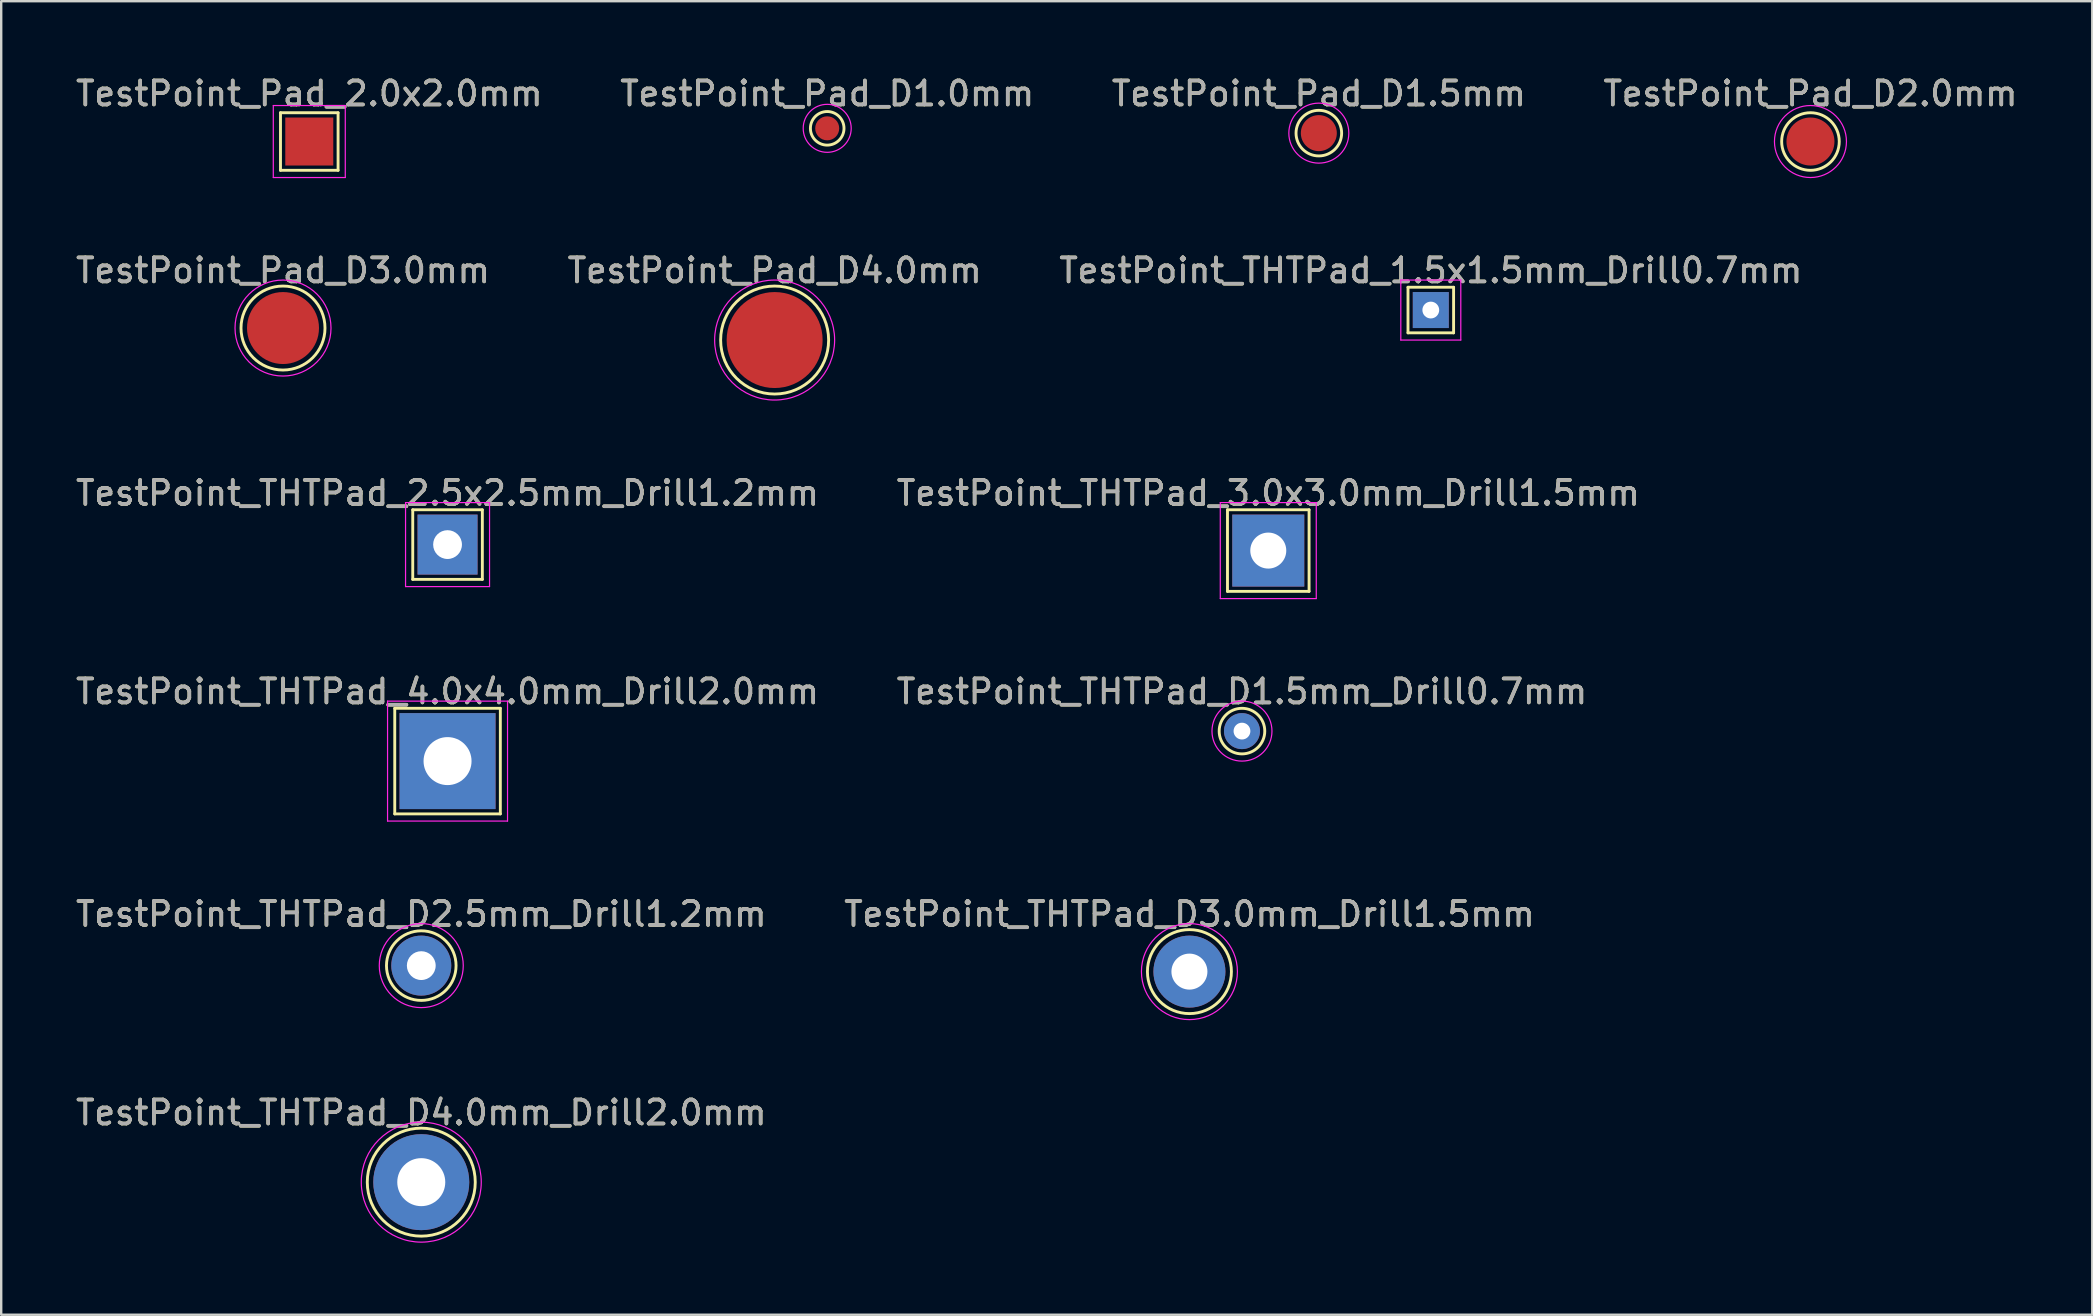
<source format=kicad_pcb>
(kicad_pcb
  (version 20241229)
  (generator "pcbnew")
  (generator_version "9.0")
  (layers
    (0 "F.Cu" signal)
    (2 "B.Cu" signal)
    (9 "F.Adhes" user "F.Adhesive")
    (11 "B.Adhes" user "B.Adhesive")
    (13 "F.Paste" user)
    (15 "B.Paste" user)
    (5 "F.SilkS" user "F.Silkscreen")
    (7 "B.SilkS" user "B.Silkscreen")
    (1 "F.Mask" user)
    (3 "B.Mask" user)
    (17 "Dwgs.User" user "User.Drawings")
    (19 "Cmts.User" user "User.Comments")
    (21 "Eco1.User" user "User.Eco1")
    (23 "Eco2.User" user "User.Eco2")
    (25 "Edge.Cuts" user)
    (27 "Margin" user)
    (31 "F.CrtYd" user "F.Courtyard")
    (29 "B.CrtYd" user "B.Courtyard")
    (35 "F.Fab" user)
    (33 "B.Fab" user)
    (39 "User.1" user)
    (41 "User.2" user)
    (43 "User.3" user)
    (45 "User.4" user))
  (footprint "TestPoint_THTPad_D1.5mm_Drill0.7mm"
    (layer "F.Cu")
    (at 48.708 27.418)
    (property "Reference" "TestPoint_THTPad_D1.5mm_Drill0.7mm" (at 0 -1.648 0) (layer "F.SilkS") (effects (font (size 1 1) (thickness 0.15))))
    (attr exclude_from_pos_files exclude_from_bom)
    (fp_circle (center 0 0) (end 0 0.95) (stroke (width 0.12) (type solid)) (fill no) (layer "F.SilkS"))
    (fp_circle (center 0 0) (end 1.25 0) (stroke (width 0.05) (type solid)) (fill no) (layer "F.CrtYd"))
    (fp_text user "${REFERENCE}" (at 0 -1.65 0) (layer "F.Fab") (effects (font (size 1 1) (thickness 0.15))))
    (pad "1" thru_hole circle (at 0 0) (size 1.5 1.5) (drill 0.7) (layers "*.Cu" "*.Mask")))
  (footprint "TestPoint_Pad_D1.5mm"
    (layer "F.Cu")
    (at 51.911 2.498)
    (property "Reference" "TestPoint_Pad_D1.5mm" (at 0 -1.648 0) (layer "F.SilkS") (effects (font (size 1 1) (thickness 0.15))))
    (attr exclude_from_pos_files exclude_from_bom)
    (fp_circle (center 0 0) (end 0 0.95) (stroke (width 0.12) (type solid)) (fill no) (layer "F.SilkS"))
    (fp_circle (center 0 0) (end 1.25 0) (stroke (width 0.05) (type solid)) (fill no) (layer "F.CrtYd"))
    (fp_text user "${REFERENCE}" (at 0 -1.65 0) (layer "F.Fab") (effects (font (size 1 1) (thickness 0.15))))
    (pad "1" smd circle (at 0 0) (size 1.5 1.5) (layers "F.Cu" "F.Mask")))
  (footprint "TestPoint_Pad_D1.0mm"
    (layer "F.Cu")
    (at 31.423 2.298)
    (property "Reference" "TestPoint_Pad_D1.0mm" (at 0 -1.448 0) (layer "F.SilkS") (effects (font (size 1 1) (thickness 0.15))))
    (attr exclude_from_pos_files exclude_from_bom)
    (fp_circle (center 0 0) (end 0 0.7) (stroke (width 0.12) (type solid)) (fill no) (layer "F.SilkS"))
    (fp_circle (center 0 0) (end 1 0) (stroke (width 0.05) (type solid)) (fill no) (layer "F.CrtYd"))
    (fp_text user "${REFERENCE}" (at 0 -1.45 0) (layer "F.Fab") (effects (font (size 1 1) (thickness 0.15))))
    (pad "1" smd circle (at 0 0) (size 1 1) (layers "F.Cu" "F.Mask")))
  (footprint "TestPoint_Pad_D4.0mm"
    (layer "F.Cu")
    (at 29.232 11.121)
    (property "Reference" "TestPoint_Pad_D4.0mm" (at 0 -2.898 0) (layer "F.SilkS") (effects (font (size 1 1) (thickness 0.15))))
    (attr exclude_from_pos_files exclude_from_bom)
    (fp_circle (center 0 0) (end 0 2.25) (stroke (width 0.12) (type solid)) (fill no) (layer "F.SilkS"))
    (fp_circle (center 0 0) (end 2.5 0) (stroke (width 0.05) (type solid)) (fill no) (layer "F.CrtYd"))
    (fp_text user "${REFERENCE}" (at 0 -2.9 0) (layer "F.Fab") (effects (font (size 1 1) (thickness 0.15))))
    (pad "1" smd circle (at 0 0) (size 4 4) (layers "F.Cu" "F.Mask")))
  (footprint "TestPoint_THTPad_4.0x4.0mm_Drill2.0mm"
    (layer "F.Cu")
    (at 15.601 28.668)
    (property "Reference" "TestPoint_THTPad_4.0x4.0mm_Drill2.0mm" (at 0 -2.898 0) (layer "F.SilkS") (effects (font (size 1 1) (thickness 0.15))))
    (attr exclude_from_pos_files exclude_from_bom)
    (fp_line (start -2.2 -2.2) (end 2.2 -2.2) (stroke (width 0.12) (type solid)) (layer "F.SilkS"))
    (fp_line (start -2.2 2.2) (end -2.2 -2.2) (stroke (width 0.12) (type solid)) (layer "F.SilkS"))
    (fp_line (start 2.2 -2.2) (end 2.2 2.2) (stroke (width 0.12) (type solid)) (layer "F.SilkS"))
    (fp_line (start 2.2 2.2) (end -2.2 2.2) (stroke (width 0.12) (type solid)) (layer "F.SilkS"))
    (fp_line (start -2.5 -2.5) (end -2.5 2.5) (stroke (width 0.05) (type solid)) (layer "F.CrtYd"))
    (fp_line (start -2.5 -2.5) (end 2.5 -2.5) (stroke (width 0.05) (type solid)) (layer "F.CrtYd"))
    (fp_line (start 2.5 2.5) (end -2.5 2.5) (stroke (width 0.05) (type solid)) (layer "F.CrtYd"))
    (fp_line (start 2.5 2.5) (end 2.5 -2.5) (stroke (width 0.05) (type solid)) (layer "F.CrtYd"))
    (fp_text user "${REFERENCE}" (at 0 -2.9 0) (layer "F.Fab") (effects (font (size 1 1) (thickness 0.15))))
    (pad "1" thru_hole rect (at 0 0) (size 4 4) (drill 2) (layers "*.Cu" "*.Mask")))
  (footprint "TestPoint_Pad_2.0x2.0mm"
    (layer "F.Cu")
    (at 9.839 2.848)
    (property "Reference" "TestPoint_Pad_2.0x2.0mm" (at 0 -1.998 0) (layer "F.SilkS") (effects (font (size 1 1) (thickness 0.15))))
    (attr exclude_from_pos_files exclude_from_bom)
    (fp_line (start -1.2 -1.2) (end 1.2 -1.2) (stroke (width 0.12) (type solid)) (layer "F.SilkS"))
    (fp_line (start -1.2 1.2) (end -1.2 -1.2) (stroke (width 0.12) (type solid)) (layer "F.SilkS"))
    (fp_line (start 1.2 -1.2) (end 1.2 1.2) (stroke (width 0.12) (type solid)) (layer "F.SilkS"))
    (fp_line (start 1.2 1.2) (end -1.2 1.2) (stroke (width 0.12) (type solid)) (layer "F.SilkS"))
    (fp_line (start -1.5 -1.5) (end -1.5 1.5) (stroke (width 0.05) (type solid)) (layer "F.CrtYd"))
    (fp_line (start -1.5 -1.5) (end 1.5 -1.5) (stroke (width 0.05) (type solid)) (layer "F.CrtYd"))
    (fp_line (start 1.5 1.5) (end -1.5 1.5) (stroke (width 0.05) (type solid)) (layer "F.CrtYd"))
    (fp_line (start 1.5 1.5) (end 1.5 -1.5) (stroke (width 0.05) (type solid)) (layer "F.CrtYd"))
    (fp_text user "${REFERENCE}" (at 0 -2 0) (layer "F.Fab") (effects (font (size 1 1) (thickness 0.15))))
    (pad "1" smd rect (at 0 0) (size 2 2) (layers "F.Cu" "F.Mask")))
  (footprint "TestPoint_THTPad_D2.5mm_Drill1.2mm"
    (layer "F.Cu")
    (at 14.506 37.191)
    (property "Reference" "TestPoint_THTPad_D2.5mm_Drill1.2mm" (at 0 -2.148 0) (layer "F.SilkS") (effects (font (size 1 1) (thickness 0.15))))
    (attr exclude_from_pos_files exclude_from_bom)
    (fp_circle (center 0 0) (end 0 1.45) (stroke (width 0.12) (type solid)) (fill no) (layer "F.SilkS"))
    (fp_circle (center 0 0) (end 1.75 0) (stroke (width 0.05) (type solid)) (fill no) (layer "F.CrtYd"))
    (fp_text user "${REFERENCE}" (at 0 -2.15 0) (layer "F.Fab") (effects (font (size 1 1) (thickness 0.15))))
    (pad "1" thru_hole circle (at 0 0) (size 2.5 2.5) (drill 1.2) (layers "*.Cu" "*.Mask")))
  (footprint "TestPoint_THTPad_D3.0mm_Drill1.5mm"
    (layer "F.Cu")
    (at 46.518 37.441)
    (property "Reference" "TestPoint_THTPad_D3.0mm_Drill1.5mm" (at 0 -2.398 0) (layer "F.SilkS") (effects (font (size 1 1) (thickness 0.15))))
    (attr exclude_from_pos_files exclude_from_bom)
    (fp_circle (center 0 0) (end 0 1.75) (stroke (width 0.12) (type solid)) (fill no) (layer "F.SilkS"))
    (fp_circle (center 0 0) (end 2 0) (stroke (width 0.05) (type solid)) (fill no) (layer "F.CrtYd"))
    (fp_text user "${REFERENCE}" (at 0 -2.4 0) (layer "F.Fab") (effects (font (size 1 1) (thickness 0.15))))
    (pad "1" thru_hole circle (at 0 0) (size 3 3) (drill 1.5) (layers "*.Cu" "*.Mask")))
  (footprint "TestPoint_Pad_D2.0mm"
    (layer "F.Cu")
    (at 72.399 2.848)
    (property "Reference" "TestPoint_Pad_D2.0mm" (at 0 -1.998 0) (layer "F.SilkS") (effects (font (size 1 1) (thickness 0.15))))
    (attr exclude_from_pos_files exclude_from_bom)
    (fp_circle (center 0 0) (end 0 1.2) (stroke (width 0.12) (type solid)) (fill no) (layer "F.SilkS"))
    (fp_circle (center 0 0) (end 1.5 0) (stroke (width 0.05) (type solid)) (fill no) (layer "F.CrtYd"))
    (fp_text user "${REFERENCE}" (at 0 -2 0) (layer "F.Fab") (effects (font (size 1 1) (thickness 0.15))))
    (pad "1" smd circle (at 0 0) (size 2 2) (layers "F.Cu" "F.Mask")))
  (footprint "TestPoint_Pad_D3.0mm"
    (layer "F.Cu")
    (at 8.744 10.621)
    (property "Reference" "TestPoint_Pad_D3.0mm" (at 0 -2.398 0) (layer "F.SilkS") (effects (font (size 1 1) (thickness 0.15))))
    (attr exclude_from_pos_files exclude_from_bom)
    (fp_circle (center 0 0) (end 0 1.75) (stroke (width 0.12) (type solid)) (fill no) (layer "F.SilkS"))
    (fp_circle (center 0 0) (end 2 0) (stroke (width 0.05) (type solid)) (fill no) (layer "F.CrtYd"))
    (fp_text user "${REFERENCE}" (at 0 -2.4 0) (layer "F.Fab") (effects (font (size 1 1) (thickness 0.15))))
    (pad "1" smd circle (at 0 0) (size 3 3) (layers "F.Cu" "F.Mask")))
  (footprint "TestPoint_THTPad_2.5x2.5mm_Drill1.2mm"
    (layer "F.Cu")
    (at 15.601 19.645)
    (property "Reference" "TestPoint_THTPad_2.5x2.5mm_Drill1.2mm" (at 0 -2.148 0) (layer "F.SilkS") (effects (font (size 1 1) (thickness 0.15))))
    (attr exclude_from_pos_files exclude_from_bom)
    (fp_line (start -1.45 -1.45) (end 1.45 -1.45) (stroke (width 0.12) (type solid)) (layer "F.SilkS"))
    (fp_line (start -1.45 1.45) (end -1.45 -1.45) (stroke (width 0.12) (type solid)) (layer "F.SilkS"))
    (fp_line (start 1.45 -1.45) (end 1.45 1.45) (stroke (width 0.12) (type solid)) (layer "F.SilkS"))
    (fp_line (start 1.45 1.45) (end -1.45 1.45) (stroke (width 0.12) (type solid)) (layer "F.SilkS"))
    (fp_line (start -1.75 -1.75) (end -1.75 1.75) (stroke (width 0.05) (type solid)) (layer "F.CrtYd"))
    (fp_line (start -1.75 -1.75) (end 1.75 -1.75) (stroke (width 0.05) (type solid)) (layer "F.CrtYd"))
    (fp_line (start 1.75 1.75) (end -1.75 1.75) (stroke (width 0.05) (type solid)) (layer "F.CrtYd"))
    (fp_line (start 1.75 1.75) (end 1.75 -1.75) (stroke (width 0.05) (type solid)) (layer "F.CrtYd"))
    (fp_text user "${REFERENCE}" (at 0 -2.15 0) (layer "F.Fab") (effects (font (size 1 1) (thickness 0.15))))
    (pad "1" thru_hole rect (at 0 0) (size 2.5 2.5) (drill 1.2) (layers "*.Cu" "*.Mask")))
  (footprint "TestPoint_THTPad_D4.0mm_Drill2.0mm"
    (layer "F.Cu")
    (at 14.506 46.215)
    (property "Reference" "TestPoint_THTPad_D4.0mm_Drill2.0mm" (at 0 -2.898 0) (layer "F.SilkS") (effects (font (size 1 1) (thickness 0.15))))
    (attr exclude_from_pos_files exclude_from_bom)
    (fp_circle (center 0 0) (end 0 2.25) (stroke (width 0.12) (type solid)) (fill no) (layer "F.SilkS"))
    (fp_circle (center 0 0) (end 2.5 0) (stroke (width 0.05) (type solid)) (fill no) (layer "F.CrtYd"))
    (fp_text user "${REFERENCE}" (at 0 -2.9 0) (layer "F.Fab") (effects (font (size 1 1) (thickness 0.15))))
    (pad "1" thru_hole circle (at 0 0) (size 4 4) (drill 2) (layers "*.Cu" "*.Mask")))
  (footprint "TestPoint_THTPad_3.0x3.0mm_Drill1.5mm"
    (layer "F.Cu")
    (at 49.804 19.895)
    (property "Reference" "TestPoint_THTPad_3.0x3.0mm_Drill1.5mm" (at 0 -2.398 0) (layer "F.SilkS") (effects (font (size 1 1) (thickness 0.15))))
    (attr exclude_from_pos_files exclude_from_bom)
    (fp_line (start -1.7 -1.7) (end 1.7 -1.7) (stroke (width 0.12) (type solid)) (layer "F.SilkS"))
    (fp_line (start -1.7 1.7) (end -1.7 -1.7) (stroke (width 0.12) (type solid)) (layer "F.SilkS"))
    (fp_line (start 1.7 -1.7) (end 1.7 1.7) (stroke (width 0.12) (type solid)) (layer "F.SilkS"))
    (fp_line (start 1.7 1.7) (end -1.7 1.7) (stroke (width 0.12) (type solid)) (layer "F.SilkS"))
    (fp_line (start -2 -2) (end -2 2) (stroke (width 0.05) (type solid)) (layer "F.CrtYd"))
    (fp_line (start -2 -2) (end 2 -2) (stroke (width 0.05) (type solid)) (layer "F.CrtYd"))
    (fp_line (start 2 2) (end -2 2) (stroke (width 0.05) (type solid)) (layer "F.CrtYd"))
    (fp_line (start 2 2) (end 2 -2) (stroke (width 0.05) (type solid)) (layer "F.CrtYd"))
    (fp_text user "${REFERENCE}" (at 0 -2.4 0) (layer "F.Fab") (effects (font (size 1 1) (thickness 0.15))))
    (pad "1" thru_hole rect (at 0 0) (size 3 3) (drill 1.5) (layers "*.Cu" "*.Mask")))
  (footprint "TestPoint_THTPad_1.5x1.5mm_Drill0.7mm"
    (layer "F.Cu")
    (at 56.577 9.871)
    (property "Reference" "TestPoint_THTPad_1.5x1.5mm_Drill0.7mm" (at 0 -1.648 0) (layer "F.SilkS") (effects (font (size 1 1) (thickness 0.15))))
    (attr exclude_from_pos_files exclude_from_bom)
    (fp_line (start -0.95 -0.95) (end 0.95 -0.95) (stroke (width 0.12) (type solid)) (layer "F.SilkS"))
    (fp_line (start -0.95 0.95) (end -0.95 -0.95) (stroke (width 0.12) (type solid)) (layer "F.SilkS"))
    (fp_line (start 0.95 -0.95) (end 0.95 0.95) (stroke (width 0.12) (type solid)) (layer "F.SilkS"))
    (fp_line (start 0.95 0.95) (end -0.95 0.95) (stroke (width 0.12) (type solid)) (layer "F.SilkS"))
    (fp_line (start -1.25 -1.25) (end -1.25 1.25) (stroke (width 0.05) (type solid)) (layer "F.CrtYd"))
    (fp_line (start -1.25 -1.25) (end 1.25 -1.25) (stroke (width 0.05) (type solid)) (layer "F.CrtYd"))
    (fp_line (start 1.25 1.25) (end -1.25 1.25) (stroke (width 0.05) (type solid)) (layer "F.CrtYd"))
    (fp_line (start 1.25 1.25) (end 1.25 -1.25) (stroke (width 0.05) (type solid)) (layer "F.CrtYd"))
    (fp_text user "${REFERENCE}" (at 0 -1.65 0) (layer "F.Fab") (effects (font (size 1 1) (thickness 0.15))))
    (pad "1" thru_hole rect (at 0 0) (size 1.5 1.5) (drill 0.7) (layers "*.Cu" "*.Mask")))
  (gr_rect
    (start -3 -3)
    (end 84.143 51.739)
    (stroke (width 0.1) (type default))
    (fill no)
    (layer "Edge.Cuts")))
</source>
